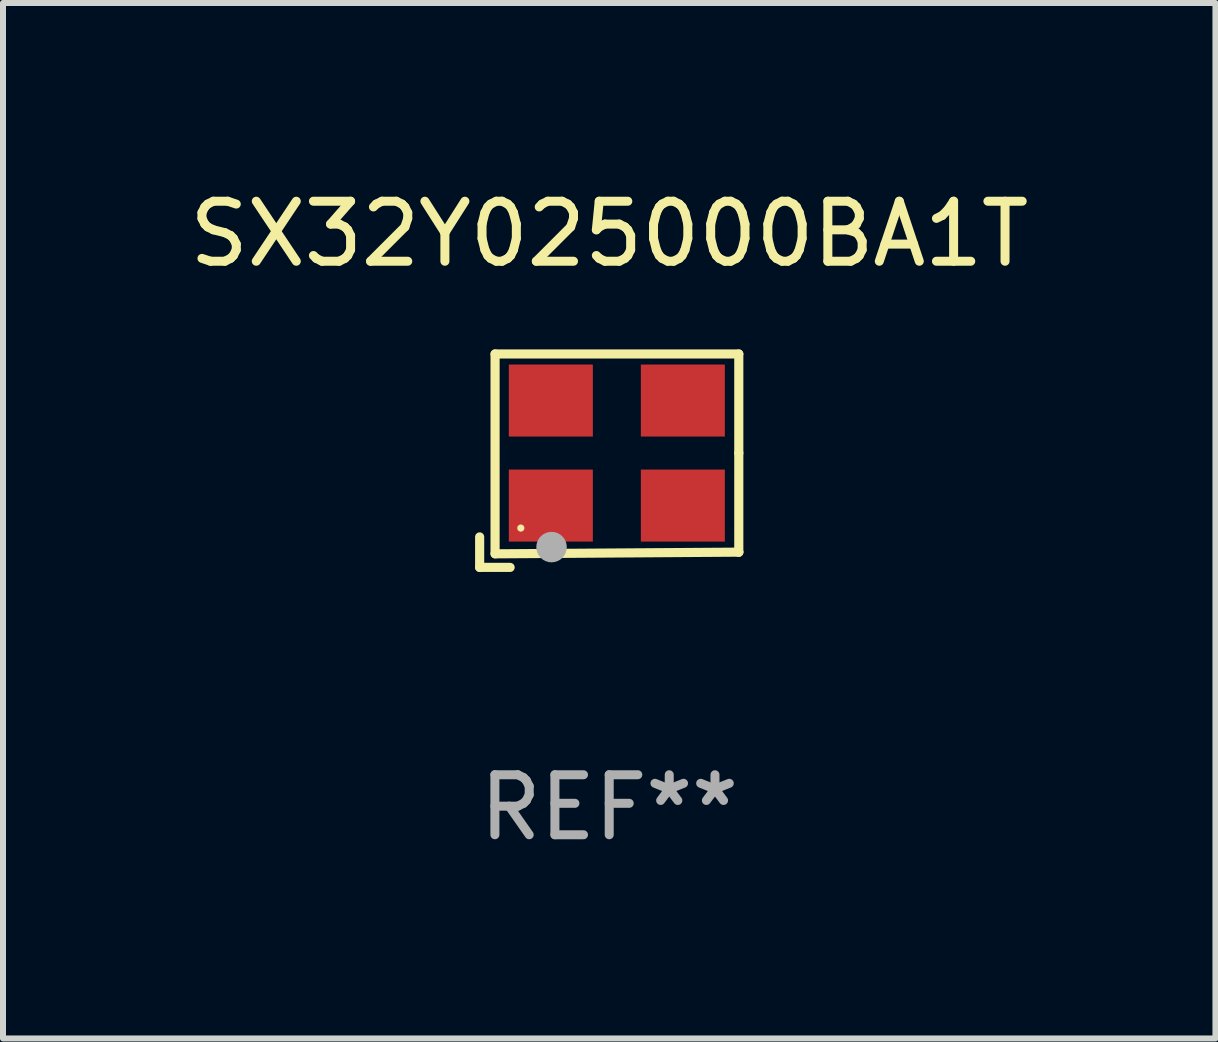
<source format=kicad_pcb>
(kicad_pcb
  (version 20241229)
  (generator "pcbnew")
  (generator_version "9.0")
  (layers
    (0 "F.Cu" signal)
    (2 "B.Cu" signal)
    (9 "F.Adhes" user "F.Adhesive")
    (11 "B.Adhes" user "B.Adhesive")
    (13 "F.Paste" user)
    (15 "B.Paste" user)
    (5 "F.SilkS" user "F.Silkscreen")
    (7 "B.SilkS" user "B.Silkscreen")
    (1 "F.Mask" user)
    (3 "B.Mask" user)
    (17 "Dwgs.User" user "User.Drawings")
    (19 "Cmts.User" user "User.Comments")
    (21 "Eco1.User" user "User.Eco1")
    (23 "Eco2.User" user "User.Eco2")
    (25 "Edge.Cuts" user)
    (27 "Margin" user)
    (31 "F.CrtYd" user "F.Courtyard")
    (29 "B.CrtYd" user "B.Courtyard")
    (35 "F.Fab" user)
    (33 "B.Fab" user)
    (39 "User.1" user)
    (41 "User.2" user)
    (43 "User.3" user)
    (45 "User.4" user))
  (footprint "SX32Y025000BA1T"
    (layer "F.Cu")
    (at 7.101 4.626)
    (property "Reference" "SX32Y025000BA1T" (at 0 -3.778 0) (layer "F.SilkS") (effects (font (size 1 1) (thickness 0.15))))
    (attr through_hole)
    (fp_line (start -2.159 1.27) (end -2.159 1.778) (stroke (width 0.152) (type solid)) (layer "F.SilkS"))
    (fp_line (start -2.159 1.778) (end -1.651 1.778) (stroke (width 0.152) (type solid)) (layer "F.SilkS"))
    (fp_line (start -1.902 -1.778) (end 2.159 -1.778) (stroke (width 0.152) (type solid)) (layer "F.SilkS"))
    (fp_line (start -1.902 1.552) (end -1.902 -1.778) (stroke (width 0.152) (type solid)) (layer "F.SilkS"))
    (fp_line (start 2.159 -1.778) (end 2.159 -0.127) (stroke (width 0.152) (type solid)) (layer "F.SilkS"))
    (fp_line (start 2.159 -0.127) (end 2.159 1.524) (stroke (width 0.152) (type solid)) (layer "F.SilkS"))
    (fp_line (start 2.159 1.524) (end -1.902 1.552) (stroke (width 0.152) (type solid)) (layer "F.SilkS"))
    (fp_line (start 2.159 1.524) (end 2.159 1.524) (stroke (width 0.152) (type solid)) (layer "F.SilkS"))
    (fp_circle (center -1.473 1.123) (end -1.443 1.123) (stroke (width 0.06) (type solid)) (fill no) (layer "F.SilkS"))
    (fp_circle (center -0.961 1.44) (end -0.834 1.44) (stroke (width 0.254) (type solid)) (fill no) (layer "F.Fab"))
    (fp_text user "REF**" (at 0 5.778 0) (layer "F.Fab") (effects (font (size 1 1) (thickness 0.15))))
    (pad "1" smd rect (at -0.973 0.748) (size 1.4 1.2) (layers "F.Cu" "F.Mask" "F.Paste"))
    (pad "2" smd rect (at 1.227 0.748) (size 1.4 1.2) (layers "F.Cu" "F.Mask" "F.Paste"))
    (pad "3" smd rect (at 1.227 -1.002) (size 1.4 1.2) (layers "F.Cu" "F.Mask" "F.Paste"))
    (pad "4" smd rect (at -0.973 -1.002) (size 1.4 1.2) (layers "F.Cu" "F.Mask" "F.Paste")))
  (gr_rect
    (start -3 -3)
    (end 17.202 14.253)
    (stroke (width 0.1) (type default))
    (fill no)
    (layer "Edge.Cuts")))
</source>
